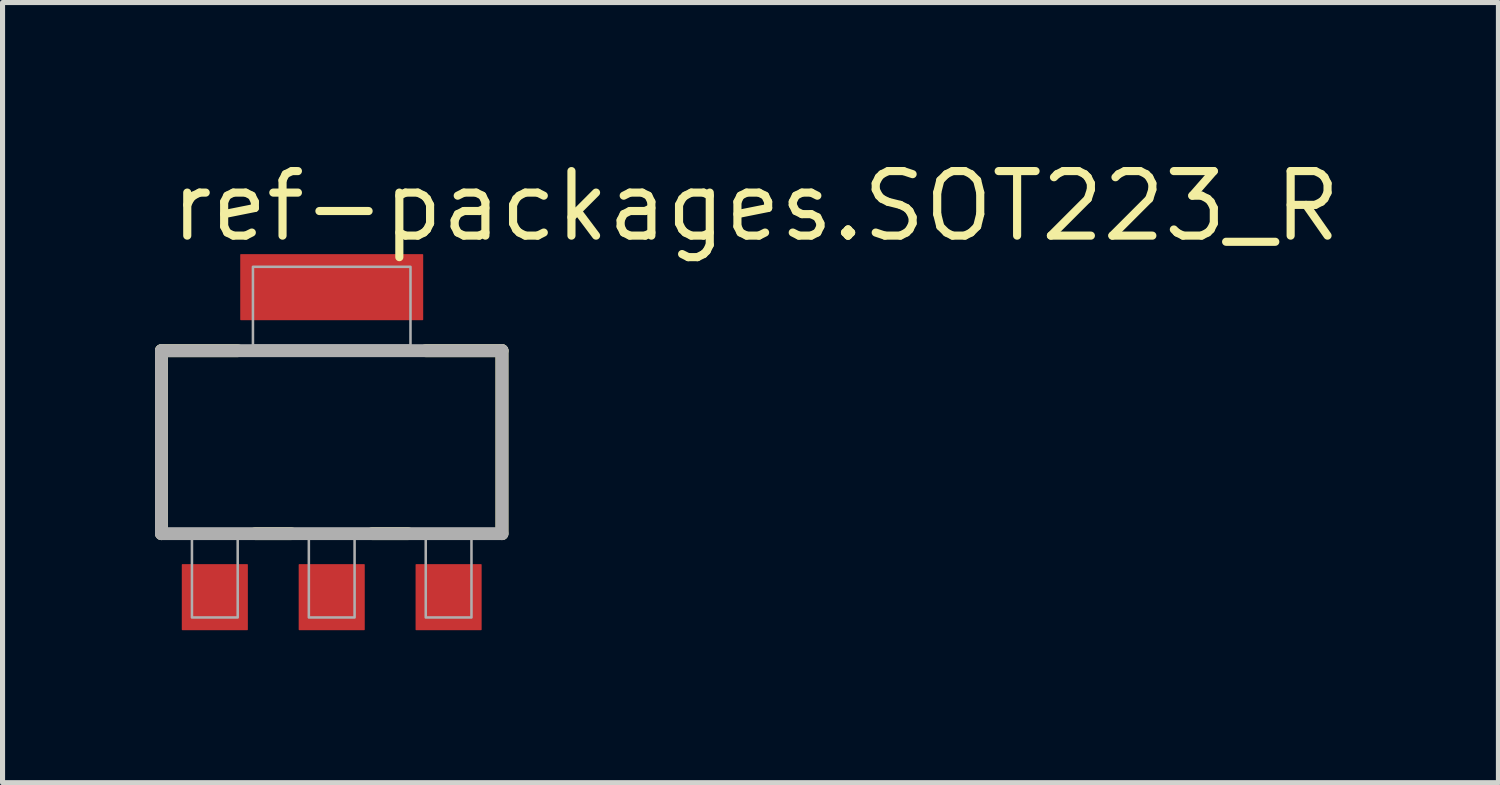
<source format=kicad_pcb>
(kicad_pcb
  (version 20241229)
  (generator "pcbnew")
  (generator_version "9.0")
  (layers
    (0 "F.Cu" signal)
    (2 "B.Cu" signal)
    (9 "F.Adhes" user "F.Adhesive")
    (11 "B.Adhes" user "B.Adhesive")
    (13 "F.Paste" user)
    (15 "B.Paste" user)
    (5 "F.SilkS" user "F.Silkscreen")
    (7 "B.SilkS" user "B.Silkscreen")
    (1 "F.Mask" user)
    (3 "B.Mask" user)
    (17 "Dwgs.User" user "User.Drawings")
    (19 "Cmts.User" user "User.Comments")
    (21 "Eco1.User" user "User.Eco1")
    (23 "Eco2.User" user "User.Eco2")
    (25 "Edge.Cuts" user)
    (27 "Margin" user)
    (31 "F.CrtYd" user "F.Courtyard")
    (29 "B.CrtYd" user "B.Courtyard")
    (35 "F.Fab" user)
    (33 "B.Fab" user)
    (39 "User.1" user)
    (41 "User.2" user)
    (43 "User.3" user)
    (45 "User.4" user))
  (footprint "ref-packages.SOT223_R"
    (layer "F.Cu")
    (at 3.477 5.65)
    (property "Reference" "ref-packages.SOT223_R" (at -3.25 -3.9 0) (layer "F.SilkS") (effects (font (size 1.27 1.27) (thickness 0.16)) (justify left bottom)))
    (attr smd)
    (fp_line (start -3.35 -1.8) (end -1.85 -1.8) (stroke (width 0.254) (type default)) (layer "F.SilkS"))
    (fp_line (start -3.35 1.8) (end -3.35 -1.8) (stroke (width 0.254) (type default)) (layer "F.SilkS"))
    (fp_line (start -1.5 1.8) (end -0.8 1.8) (stroke (width 0.254) (type default)) (layer "F.SilkS"))
    (fp_line (start 0.8 1.8) (end 1.5 1.8) (stroke (width 0.254) (type default)) (layer "F.SilkS"))
    (fp_line (start 3.35 -1.8) (end 1.85 -1.8) (stroke (width 0.254) (type default)) (layer "F.SilkS"))
    (fp_line (start 3.35 1.8) (end 3.35 -1.8) (stroke (width 0.254) (type default)) (layer "F.SilkS"))
    (fp_line (start -3.35 -1.8) (end -3.35 1.8) (stroke (width 0.254) (type default)) (layer "F.Fab"))
    (fp_line (start -3.35 1.8) (end 3.35 1.8) (stroke (width 0.254) (type default)) (layer "F.Fab"))
    (fp_line (start 3.35 -1.8) (end -3.35 -1.8) (stroke (width 0.254) (type default)) (layer "F.Fab"))
    (fp_line (start 3.35 1.8) (end 3.35 -1.8) (stroke (width 0.254) (type default)) (layer "F.Fab"))
    (fp_rect (start -2.75 3.45) (end -1.85 1.9) (stroke (width 0.05) (type default)) (fill no) (layer "F.Fab"))
    (fp_rect (start -1.55 -1.9) (end 1.55 -3.45) (stroke (width 0.05) (type default)) (fill no) (layer "F.Fab"))
    (fp_rect (start -0.45 3.45) (end 0.45 1.9) (stroke (width 0.05) (type default)) (fill no) (layer "F.Fab"))
    (fp_rect (start 1.85 3.45) (end 2.75 1.9) (stroke (width 0.05) (type default)) (fill no) (layer "F.Fab"))
    (pad "1" smd roundrect (at -2.3 3.05) (size 1.3 1.3) (layers "F.Cu" "F.Mask" "F.Paste") (roundrect_rratio 0.01))
    (pad "2" smd roundrect (at 0 3.05) (size 1.3 1.3) (layers "F.Cu" "F.Mask" "F.Paste") (roundrect_rratio 0.01))
    (pad "3" smd roundrect (at 2.3 3.05) (size 1.3 1.3) (layers "F.Cu" "F.Mask" "F.Paste") (roundrect_rratio 0.01))
    (pad "4" smd roundrect (at 0 -3.05) (size 3.6 1.3) (layers "F.Cu" "F.Mask" "F.Paste") (roundrect_rratio 0.01)))
  (gr_rect
    (start -3 -3)
    (end 26.434 12.35)
    (stroke (width 0.1) (type default))
    (fill no)
    (layer "Edge.Cuts")))
</source>
